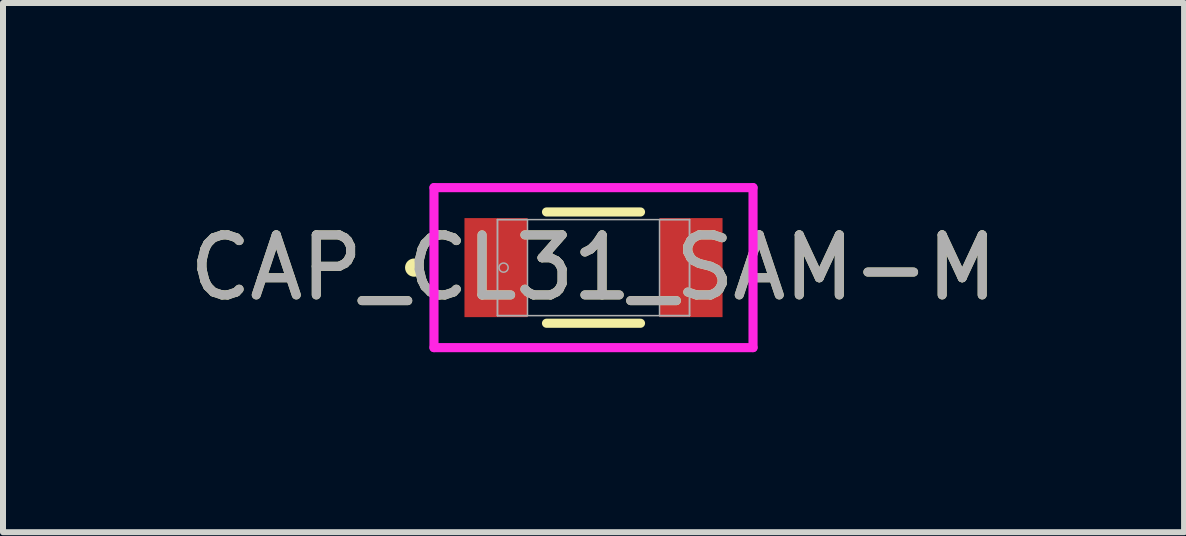
<source format=kicad_pcb>
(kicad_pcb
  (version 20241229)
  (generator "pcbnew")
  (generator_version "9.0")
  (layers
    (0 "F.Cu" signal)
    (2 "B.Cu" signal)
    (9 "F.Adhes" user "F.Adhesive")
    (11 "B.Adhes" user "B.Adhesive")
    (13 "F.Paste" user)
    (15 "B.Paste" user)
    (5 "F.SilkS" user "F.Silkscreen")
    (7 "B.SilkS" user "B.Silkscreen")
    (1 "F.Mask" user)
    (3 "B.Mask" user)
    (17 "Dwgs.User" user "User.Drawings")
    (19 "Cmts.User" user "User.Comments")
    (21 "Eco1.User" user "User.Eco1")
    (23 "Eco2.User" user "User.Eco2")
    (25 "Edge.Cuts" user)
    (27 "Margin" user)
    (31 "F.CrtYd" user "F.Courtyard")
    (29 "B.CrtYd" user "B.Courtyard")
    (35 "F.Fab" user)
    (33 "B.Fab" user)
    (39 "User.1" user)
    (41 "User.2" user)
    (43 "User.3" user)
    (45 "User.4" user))
  (footprint "CAP_CL31_SAM-M"
    (layer "F.Cu")
    (at 6.839 1.409)
    (property "Reference" "CAP_CL31_SAM-M" (at 0 0 0) (unlocked yes) (layer "F.SilkS") (effects (font (size 1 1) (thickness 0.15))))
    (attr smd)
    (fp_line (start -0.783 0.927) (end 0.783 0.927) (stroke (width 0.152) (type solid)) (layer "F.SilkS"))
    (fp_line (start 0.783 -0.927) (end -0.783 -0.927) (stroke (width 0.152) (type solid)) (layer "F.SilkS"))
    (fp_circle (center -2.988 0) (end -2.912 0) (stroke (width 0.152) (type solid)) (fill no) (layer "F.SilkS"))
    (fp_line (start -2.658 -1.333) (end 2.658 -1.333) (stroke (width 0.152) (type solid)) (layer "F.CrtYd"))
    (fp_line (start -2.658 1.333) (end -2.658 -1.333) (stroke (width 0.152) (type solid)) (layer "F.CrtYd"))
    (fp_line (start 2.658 -1.333) (end 2.658 1.333) (stroke (width 0.152) (type solid)) (layer "F.CrtYd"))
    (fp_line (start 2.658 1.333) (end -2.658 1.333) (stroke (width 0.152) (type solid)) (layer "F.CrtYd"))
    (fp_line (start -1.6 -0.8) (end -1.6 0.8) (stroke (width 0.025) (type solid)) (layer "F.Fab"))
    (fp_line (start -1.6 -0.8) (end -1.6 0.8) (stroke (width 0.025) (type solid)) (layer "F.Fab"))
    (fp_line (start -1.6 0.8) (end -1.1 0.8) (stroke (width 0.025) (type solid)) (layer "F.Fab"))
    (fp_line (start -1.6 0.8) (end 1.6 0.8) (stroke (width 0.025) (type solid)) (layer "F.Fab"))
    (fp_line (start -1.1 -0.8) (end -1.6 -0.8) (stroke (width 0.025) (type solid)) (layer "F.Fab"))
    (fp_line (start -1.1 0.8) (end -1.1 -0.8) (stroke (width 0.025) (type solid)) (layer "F.Fab"))
    (fp_line (start 1.1 -0.8) (end 1.1 0.8) (stroke (width 0.025) (type solid)) (layer "F.Fab"))
    (fp_line (start 1.1 0.8) (end 1.6 0.8) (stroke (width 0.025) (type solid)) (layer "F.Fab"))
    (fp_line (start 1.6 -0.8) (end -1.6 -0.8) (stroke (width 0.025) (type solid)) (layer "F.Fab"))
    (fp_line (start 1.6 -0.8) (end 1.1 -0.8) (stroke (width 0.025) (type solid)) (layer "F.Fab"))
    (fp_line (start 1.6 0.8) (end 1.6 -0.8) (stroke (width 0.025) (type solid)) (layer "F.Fab"))
    (fp_line (start 1.6 0.8) (end 1.6 -0.8) (stroke (width 0.025) (type solid)) (layer "F.Fab"))
    (fp_circle (center -1.498 0) (end -1.422 0) (stroke (width 0.025) (type solid)) (fill no) (layer "F.Fab"))
    (fp_text user "${REFERENCE}" (at 0 0 0) (unlocked yes) (layer "F.Fab") (effects (font (size 1 1) (thickness 0.15))))
    (pad "1" smd rect (at -1.625 0) (size 1.05 1.65) (layers "F.Cu" "F.Mask" "F.Paste"))
    (pad "2" smd rect (at 1.625 0) (size 1.05 1.65) (layers "F.Cu" "F.Mask" "F.Paste"))
    (zone (net_name "") (layer "F.Cu") (hatch full 0.508) (connect_pads) (min_thickness 0.254) (filled_areas_thickness no) (keepout (tracks not_allowed) (vias not_allowed) (pads allowed) (copperpour not_allowed) (footprints allowed)) (placement (enabled no)) (fill) (polygon (pts (xy 5.79 0.66) (xy 7.888 0.66) (xy 7.888 2.158) (xy 5.79 2.158)))))
  (gr_rect
    (start -3 -3)
    (end 16.679 5.818)
    (stroke (width 0.1) (type default))
    (fill no)
    (layer "Edge.Cuts")))
</source>
